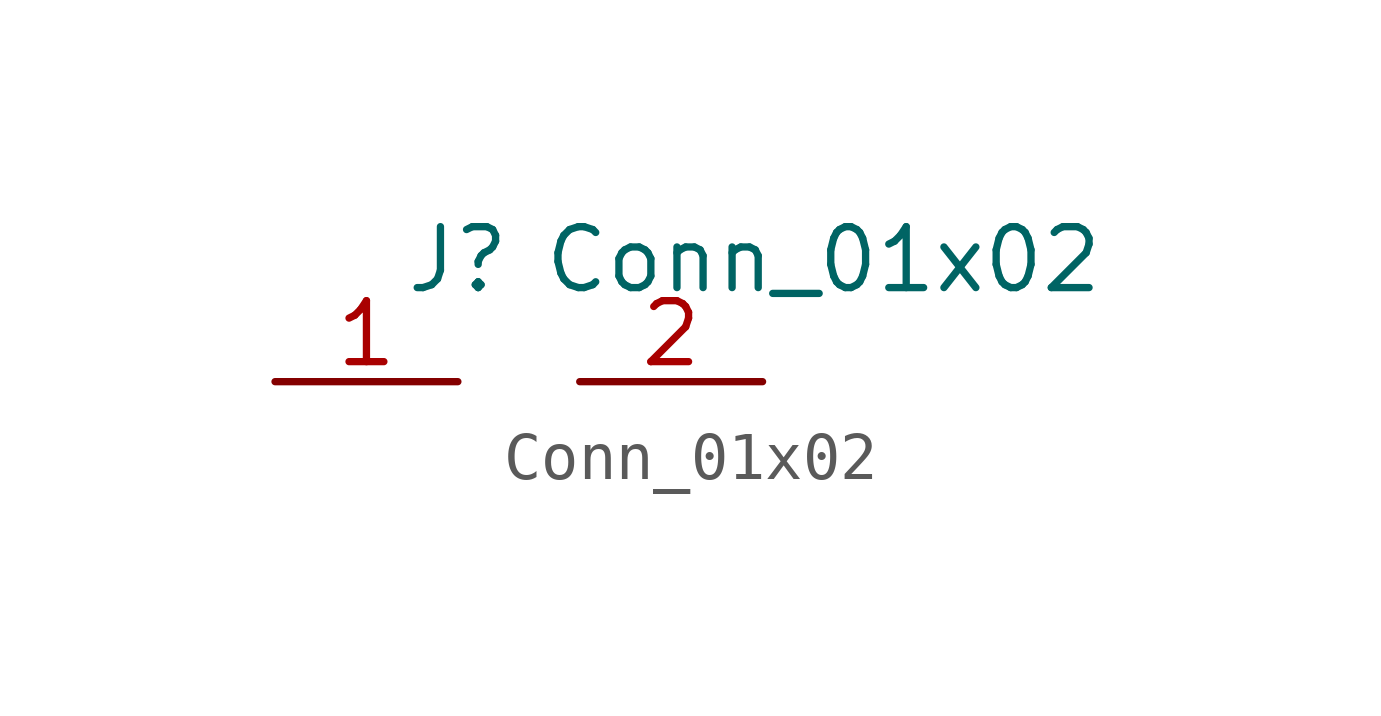
<source format=kicad_sym>
(kicad_symbol_lib
  (version 20220914)
  (generator kicad_symbol_editor)
  (symbol "Conn_01x02"
    (pin_names
      (offset 1.016) hide)
    (property "Reference" "J"
      (at -1.27 -3.81 0)
      (effects (font (size 1.27 1.27))))
    (property "Value" "Conn_01x02"
      (at 6.35 -3.81 0)
      (effects (font (size 1.27 1.27))))
    (symbol "Conn_01x02_1_1"
      (pin passive line (at -1.27 -6.35 180) (length 3.81) (name "Pin_1" (effects (font (size 1.27 1.27)))) (number "1" (effects (font (size 1.27 1.27)))))
      (pin passive line (at 1.27 -6.35 0) (length 3.81) (name "Pin_2" (effects (font (size 1.27 1.27)))) (number "2" (effects (font (size 1.27 1.27))))))))
</source>
